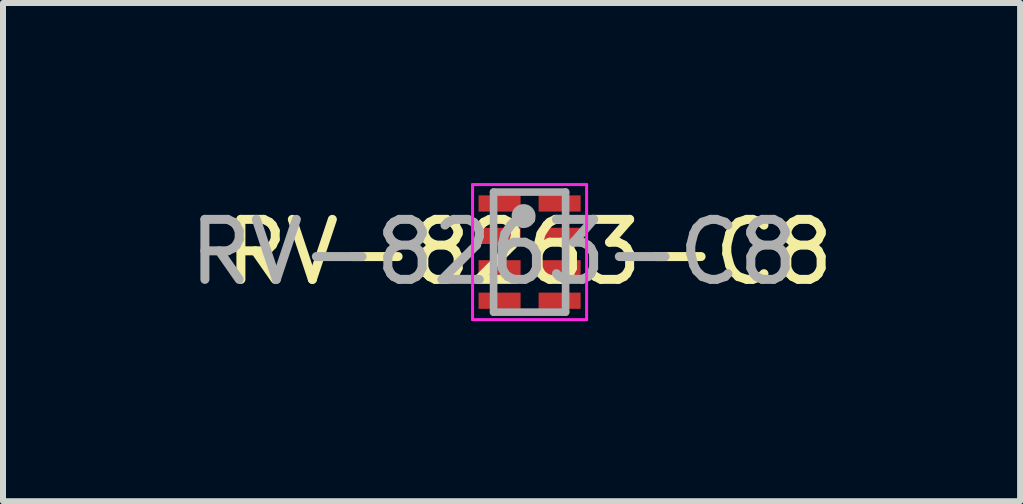
<source format=kicad_pcb>
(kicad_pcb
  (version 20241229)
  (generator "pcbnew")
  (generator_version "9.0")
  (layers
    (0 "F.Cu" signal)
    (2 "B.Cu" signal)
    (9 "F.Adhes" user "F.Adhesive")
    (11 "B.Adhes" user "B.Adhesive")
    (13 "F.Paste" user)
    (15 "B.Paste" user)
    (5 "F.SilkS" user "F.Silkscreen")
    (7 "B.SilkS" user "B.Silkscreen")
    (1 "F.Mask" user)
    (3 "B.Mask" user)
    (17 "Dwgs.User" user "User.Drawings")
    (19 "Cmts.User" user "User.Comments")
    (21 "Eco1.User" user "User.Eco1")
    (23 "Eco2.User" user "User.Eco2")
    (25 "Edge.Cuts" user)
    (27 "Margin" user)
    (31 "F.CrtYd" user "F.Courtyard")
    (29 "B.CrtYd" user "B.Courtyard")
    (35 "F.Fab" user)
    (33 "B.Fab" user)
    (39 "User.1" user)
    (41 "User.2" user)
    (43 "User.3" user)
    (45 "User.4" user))
  (footprint "RV-8263-C8"
    (layer "F.Cu")
    (at 5.773 1.15)
    (property "Reference" "RV-8263-C8" (at 0 0 0) (layer "F.SilkS") (effects (font (size 1 1) (thickness 0.15))))
    (attr smd)
    (fp_line (start -0.95 -1.125) (end 0.95 -1.125) (stroke (width 0.05) (type solid)) (layer "F.CrtYd"))
    (fp_line (start -0.95 1.125) (end -0.95 -1.125) (stroke (width 0.05) (type solid)) (layer "F.CrtYd"))
    (fp_line (start 0.95 -1.125) (end 0.95 1.125) (stroke (width 0.05) (type solid)) (layer "F.CrtYd"))
    (fp_line (start 0.95 1.125) (end -0.95 1.125) (stroke (width 0.05) (type solid)) (layer "F.CrtYd"))
    (fp_line (start -0.6 -1) (end 0.6 -1) (stroke (width 0.127) (type solid)) (layer "F.Fab"))
    (fp_line (start -0.6 1) (end -0.6 -1) (stroke (width 0.127) (type solid)) (layer "F.Fab"))
    (fp_line (start 0.6 -1) (end 0.6 1) (stroke (width 0.127) (type solid)) (layer "F.Fab"))
    (fp_line (start 0.6 1) (end -0.6 1) (stroke (width 0.127) (type solid)) (layer "F.Fab"))
    (fp_circle (center -0.1 -0.6) (end 0 -0.6) (stroke (width 0.2) (type solid)) (fill no) (layer "F.Fab"))
    (fp_text user "${REFERENCE}" (at -0.6 0 0) (unlocked yes) (layer "F.Fab") (effects (font (size 1 1) (thickness 0.15))))
    (pad "1" smd rect (at -0.5 -0.81) (size 0.7 0.27) (layers "F.Cu" "F.Mask" "F.Paste"))
    (pad "2" smd rect (at -0.5 -0.27) (size 0.7 0.27) (layers "F.Cu" "F.Mask" "F.Paste"))
    (pad "3" smd rect (at -0.5 0.27) (size 0.7 0.27) (layers "F.Cu" "F.Mask" "F.Paste"))
    (pad "4" smd rect (at -0.5 0.81) (size 0.7 0.27) (layers "F.Cu" "F.Mask" "F.Paste"))
    (pad "5" smd rect (at 0.5 0.81) (size 0.7 0.27) (layers "F.Cu" "F.Mask" "F.Paste"))
    (pad "6" smd rect (at 0.5 0.27) (size 0.7 0.27) (layers "F.Cu" "F.Mask" "F.Paste"))
    (pad "7" smd rect (at 0.5 -0.27) (size 0.7 0.27) (layers "F.Cu" "F.Mask" "F.Paste"))
    (pad "8" smd rect (at 0.5 -0.81) (size 0.7 0.27) (layers "F.Cu" "F.Mask" "F.Paste")))
  (gr_rect
    (start -3 -3)
    (end 13.945 5.3)
    (stroke (width 0.1) (type default))
    (fill no)
    (layer "Edge.Cuts")))
</source>
